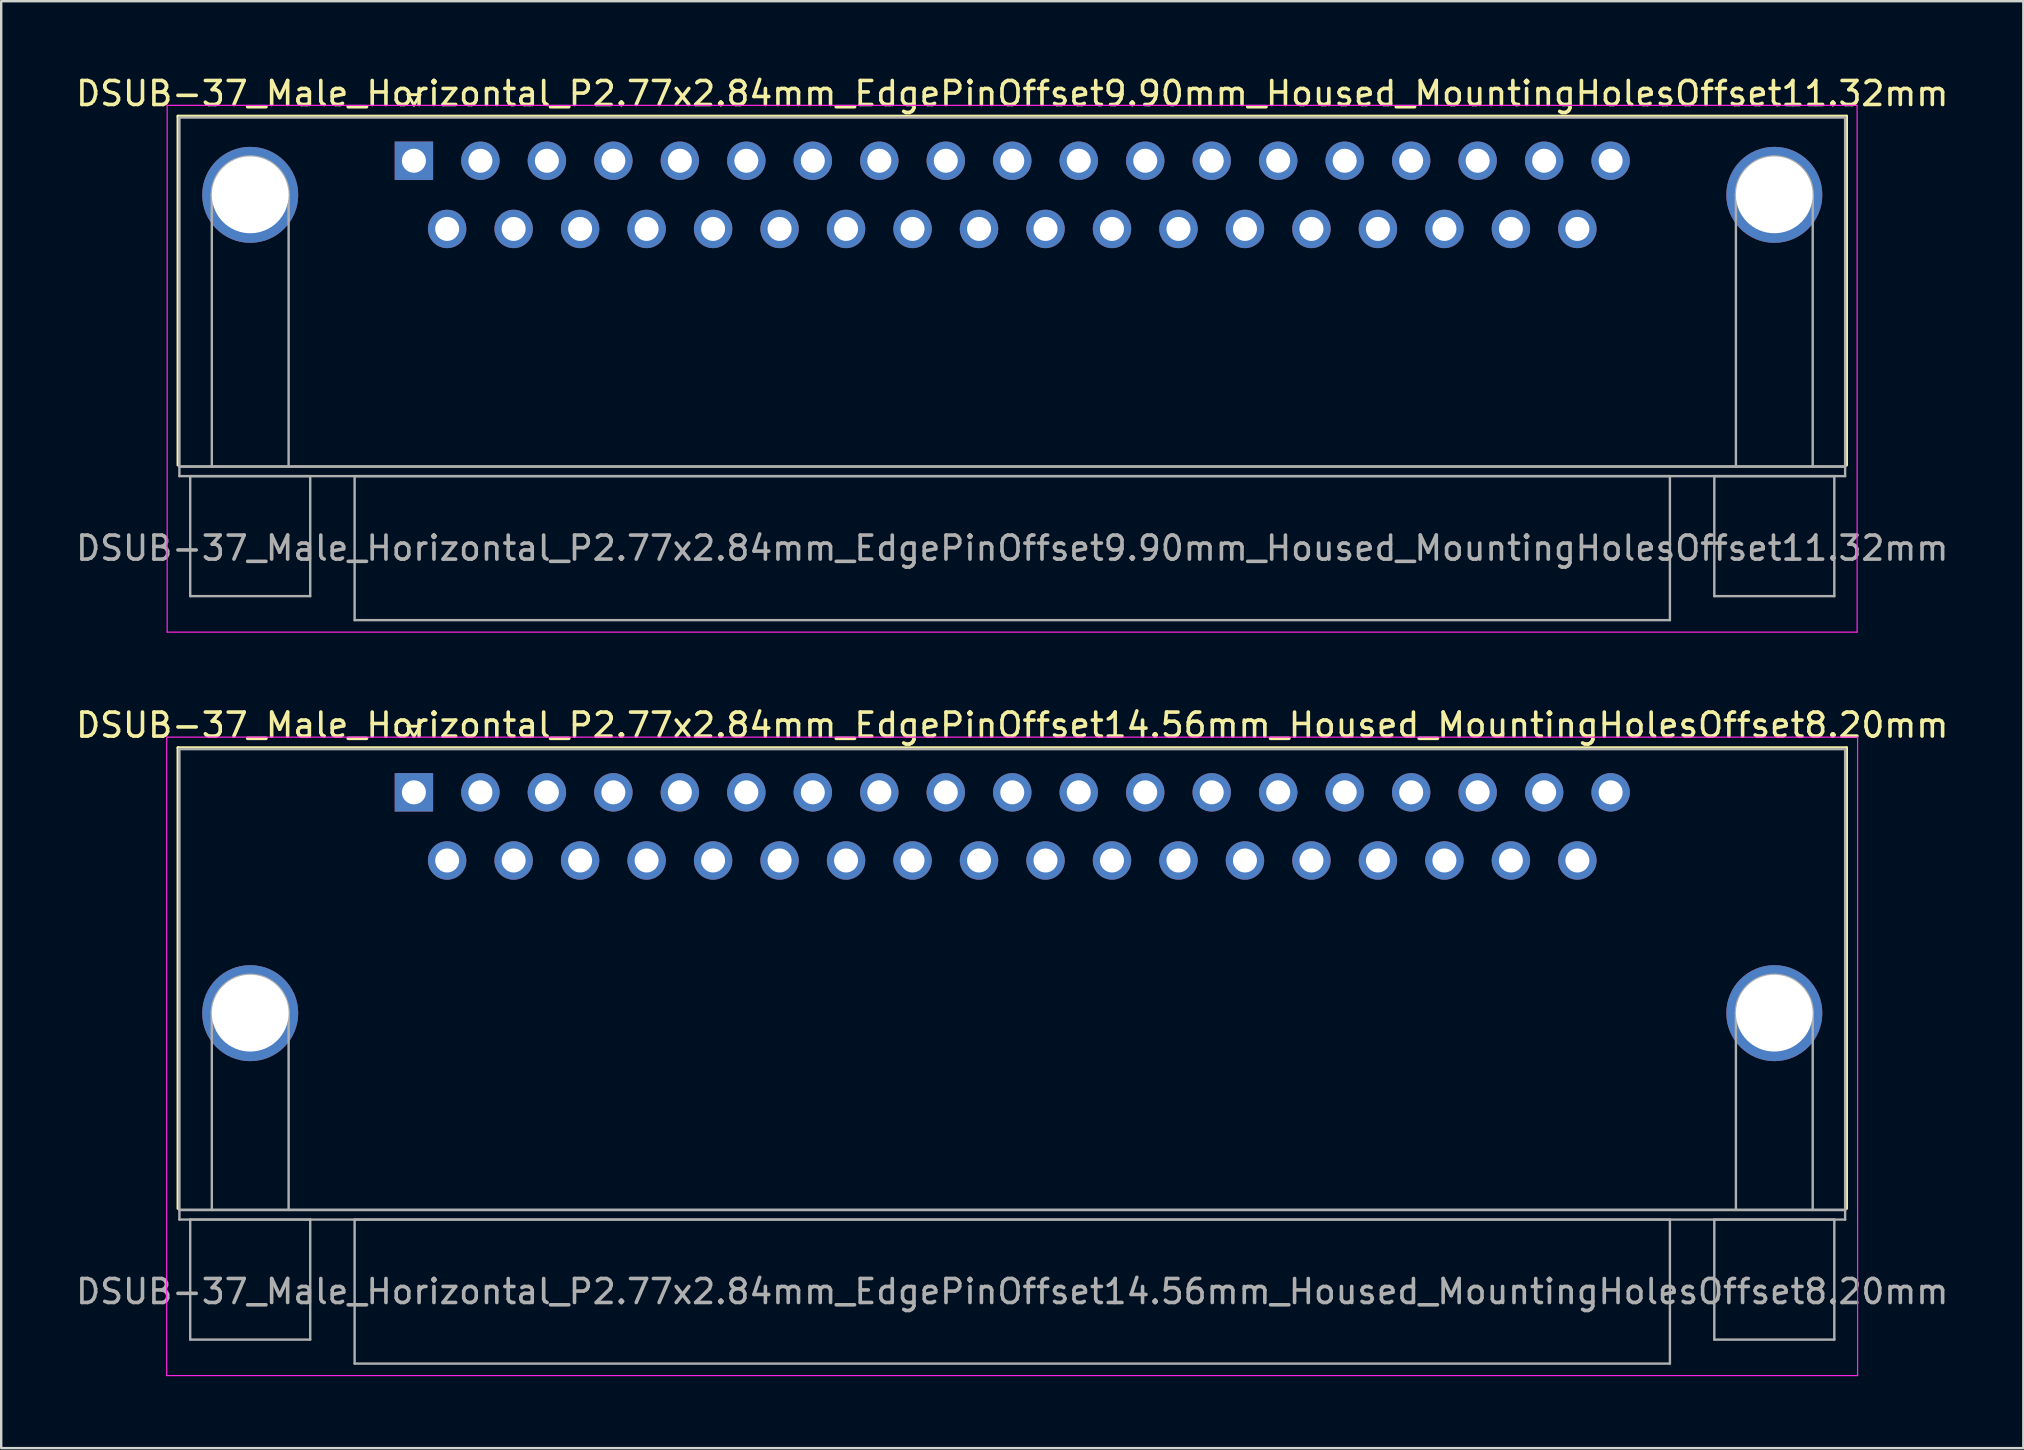
<source format=kicad_pcb>
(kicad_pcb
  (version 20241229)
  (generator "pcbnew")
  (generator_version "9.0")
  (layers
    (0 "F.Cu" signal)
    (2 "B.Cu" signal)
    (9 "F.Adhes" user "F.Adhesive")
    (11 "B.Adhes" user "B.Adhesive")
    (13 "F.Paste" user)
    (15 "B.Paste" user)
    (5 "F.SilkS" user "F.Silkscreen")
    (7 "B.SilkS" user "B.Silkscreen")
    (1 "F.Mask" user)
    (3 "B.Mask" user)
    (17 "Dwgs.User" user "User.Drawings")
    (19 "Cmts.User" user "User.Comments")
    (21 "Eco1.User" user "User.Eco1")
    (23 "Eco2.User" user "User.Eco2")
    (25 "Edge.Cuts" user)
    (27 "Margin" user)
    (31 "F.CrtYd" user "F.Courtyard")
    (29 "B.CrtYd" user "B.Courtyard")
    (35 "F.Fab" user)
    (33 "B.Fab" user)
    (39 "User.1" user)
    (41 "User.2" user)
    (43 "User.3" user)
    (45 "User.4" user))
  (footprint "DSUB-37_Male_Horizontal_P2.77x2.84mm_EdgePinOffset14.56mm_Housed_MountingHolesOffset8.20mm"
    (layer "F.Cu")
    (at 14.195 29.962)
    (property "Reference" "DSUB-37_Male_Horizontal_P2.77x2.84mm_EdgePinOffset14.56mm_Housed_MountingHolesOffset8.20mm" (at 24.93 -2.8 0) (layer "F.SilkS") (effects (font (size 1 1) (thickness 0.15))))
    (attr through_hole)
    (fp_line (start -9.83 -1.86) (end 59.69 -1.86) (stroke (width 0.12) (type solid)) (layer "F.SilkS"))
    (fp_line (start -9.83 17.34) (end -9.83 -1.86) (stroke (width 0.12) (type solid)) (layer "F.SilkS"))
    (fp_line (start -0.25 -2.754) (end 0.25 -2.754) (stroke (width 0.12) (type solid)) (layer "F.SilkS"))
    (fp_line (start 0 -2.321) (end -0.25 -2.754) (stroke (width 0.12) (type solid)) (layer "F.SilkS"))
    (fp_line (start 0.25 -2.754) (end 0 -2.321) (stroke (width 0.12) (type solid)) (layer "F.SilkS"))
    (fp_line (start 59.69 -1.86) (end 59.69 17.34) (stroke (width 0.12) (type solid)) (layer "F.SilkS"))
    (fp_line (start -10.3 -2.3) (end -10.3 24.3) (stroke (width 0.05) (type solid)) (layer "F.CrtYd"))
    (fp_line (start -10.3 24.3) (end 60.15 24.3) (stroke (width 0.05) (type solid)) (layer "F.CrtYd"))
    (fp_line (start 60.15 -2.3) (end -10.3 -2.3) (stroke (width 0.05) (type solid)) (layer "F.CrtYd"))
    (fp_line (start 60.15 24.3) (end 60.15 -2.3) (stroke (width 0.05) (type solid)) (layer "F.CrtYd"))
    (fp_line (start -9.77 -1.8) (end -9.77 17.4) (stroke (width 0.1) (type solid)) (layer "F.Fab"))
    (fp_line (start -9.77 17.4) (end -9.77 17.8) (stroke (width 0.1) (type solid)) (layer "F.Fab"))
    (fp_line (start -9.77 17.4) (end 59.63 17.4) (stroke (width 0.1) (type solid)) (layer "F.Fab"))
    (fp_line (start -9.77 17.8) (end 59.63 17.8) (stroke (width 0.1) (type solid)) (layer "F.Fab"))
    (fp_line (start -9.32 17.8) (end -9.32 22.8) (stroke (width 0.1) (type solid)) (layer "F.Fab"))
    (fp_line (start -9.32 22.8) (end -4.32 22.8) (stroke (width 0.1) (type solid)) (layer "F.Fab"))
    (fp_line (start -8.42 17.4) (end -8.42 9.2) (stroke (width 0.1) (type solid)) (layer "F.Fab"))
    (fp_line (start -5.22 17.4) (end -5.22 9.2) (stroke (width 0.1) (type solid)) (layer "F.Fab"))
    (fp_line (start -4.32 17.8) (end -9.32 17.8) (stroke (width 0.1) (type solid)) (layer "F.Fab"))
    (fp_line (start -4.32 22.8) (end -4.32 17.8) (stroke (width 0.1) (type solid)) (layer "F.Fab"))
    (fp_line (start -2.47 17.8) (end -2.47 23.8) (stroke (width 0.1) (type solid)) (layer "F.Fab"))
    (fp_line (start -2.47 23.8) (end 52.33 23.8) (stroke (width 0.1) (type solid)) (layer "F.Fab"))
    (fp_line (start 52.33 17.8) (end -2.47 17.8) (stroke (width 0.1) (type solid)) (layer "F.Fab"))
    (fp_line (start 52.33 23.8) (end 52.33 17.8) (stroke (width 0.1) (type solid)) (layer "F.Fab"))
    (fp_line (start 54.18 17.8) (end 54.18 22.8) (stroke (width 0.1) (type solid)) (layer "F.Fab"))
    (fp_line (start 54.18 22.8) (end 59.18 22.8) (stroke (width 0.1) (type solid)) (layer "F.Fab"))
    (fp_line (start 55.08 17.4) (end 55.08 9.2) (stroke (width 0.1) (type solid)) (layer "F.Fab"))
    (fp_line (start 58.28 17.4) (end 58.28 9.2) (stroke (width 0.1) (type solid)) (layer "F.Fab"))
    (fp_line (start 59.18 17.8) (end 54.18 17.8) (stroke (width 0.1) (type solid)) (layer "F.Fab"))
    (fp_line (start 59.18 22.8) (end 59.18 17.8) (stroke (width 0.1) (type solid)) (layer "F.Fab"))
    (fp_line (start 59.63 -1.8) (end -9.77 -1.8) (stroke (width 0.1) (type solid)) (layer "F.Fab"))
    (fp_line (start 59.63 17.4) (end -9.77 17.4) (stroke (width 0.1) (type solid)) (layer "F.Fab"))
    (fp_line (start 59.63 17.4) (end 59.63 -1.8) (stroke (width 0.1) (type solid)) (layer "F.Fab"))
    (fp_line (start 59.63 17.8) (end 59.63 17.4) (stroke (width 0.1) (type solid)) (layer "F.Fab"))
    (fp_arc (start -8.42 9.2) (mid -6.82 7.6) (end -5.22 9.2) (stroke (width 0.1) (type solid)) (layer "F.Fab"))
    (fp_arc (start 55.08 9.2) (mid 56.68 7.6) (end 58.28 9.2) (stroke (width 0.1) (type solid)) (layer "F.Fab"))
    (fp_text user "${REFERENCE}" (at 24.93 20.8 0) (layer "F.Fab") (effects (font (size 1 1) (thickness 0.15))))
    (pad "0" thru_hole circle (at -6.82 9.2) (size 4 4) (drill 3.2) (layers "*.Cu" "*.Mask"))
    (pad "0" thru_hole circle (at 56.68 9.2) (size 4 4) (drill 3.2) (layers "*.Cu" "*.Mask"))
    (pad "1" thru_hole rect (at 0 0) (size 1.6 1.6) (drill 1) (layers "*.Cu" "*.Mask"))
    (pad "2" thru_hole circle (at 2.77 0) (size 1.6 1.6) (drill 1) (layers "*.Cu" "*.Mask"))
    (pad "3" thru_hole circle (at 5.54 0) (size 1.6 1.6) (drill 1) (layers "*.Cu" "*.Mask"))
    (pad "4" thru_hole circle (at 8.31 0) (size 1.6 1.6) (drill 1) (layers "*.Cu" "*.Mask"))
    (pad "5" thru_hole circle (at 11.08 0) (size 1.6 1.6) (drill 1) (layers "*.Cu" "*.Mask"))
    (pad "6" thru_hole circle (at 13.85 0) (size 1.6 1.6) (drill 1) (layers "*.Cu" "*.Mask"))
    (pad "7" thru_hole circle (at 16.62 0) (size 1.6 1.6) (drill 1) (layers "*.Cu" "*.Mask"))
    (pad "8" thru_hole circle (at 19.39 0) (size 1.6 1.6) (drill 1) (layers "*.Cu" "*.Mask"))
    (pad "9" thru_hole circle (at 22.16 0) (size 1.6 1.6) (drill 1) (layers "*.Cu" "*.Mask"))
    (pad "10" thru_hole circle (at 24.93 0) (size 1.6 1.6) (drill 1) (layers "*.Cu" "*.Mask"))
    (pad "11" thru_hole circle (at 27.7 0) (size 1.6 1.6) (drill 1) (layers "*.Cu" "*.Mask"))
    (pad "12" thru_hole circle (at 30.47 0) (size 1.6 1.6) (drill 1) (layers "*.Cu" "*.Mask"))
    (pad "13" thru_hole circle (at 33.24 0) (size 1.6 1.6) (drill 1) (layers "*.Cu" "*.Mask"))
    (pad "14" thru_hole circle (at 36.01 0) (size 1.6 1.6) (drill 1) (layers "*.Cu" "*.Mask"))
    (pad "15" thru_hole circle (at 38.78 0) (size 1.6 1.6) (drill 1) (layers "*.Cu" "*.Mask"))
    (pad "16" thru_hole circle (at 41.55 0) (size 1.6 1.6) (drill 1) (layers "*.Cu" "*.Mask"))
    (pad "17" thru_hole circle (at 44.32 0) (size 1.6 1.6) (drill 1) (layers "*.Cu" "*.Mask"))
    (pad "18" thru_hole circle (at 47.09 0) (size 1.6 1.6) (drill 1) (layers "*.Cu" "*.Mask"))
    (pad "19" thru_hole circle (at 49.86 0) (size 1.6 1.6) (drill 1) (layers "*.Cu" "*.Mask"))
    (pad "20" thru_hole circle (at 1.385 2.84) (size 1.6 1.6) (drill 1) (layers "*.Cu" "*.Mask"))
    (pad "21" thru_hole circle (at 4.155 2.84) (size 1.6 1.6) (drill 1) (layers "*.Cu" "*.Mask"))
    (pad "22" thru_hole circle (at 6.925 2.84) (size 1.6 1.6) (drill 1) (layers "*.Cu" "*.Mask"))
    (pad "23" thru_hole circle (at 9.695 2.84) (size 1.6 1.6) (drill 1) (layers "*.Cu" "*.Mask"))
    (pad "24" thru_hole circle (at 12.465 2.84) (size 1.6 1.6) (drill 1) (layers "*.Cu" "*.Mask"))
    (pad "25" thru_hole circle (at 15.235 2.84) (size 1.6 1.6) (drill 1) (layers "*.Cu" "*.Mask"))
    (pad "26" thru_hole circle (at 18.005 2.84) (size 1.6 1.6) (drill 1) (layers "*.Cu" "*.Mask"))
    (pad "27" thru_hole circle (at 20.775 2.84) (size 1.6 1.6) (drill 1) (layers "*.Cu" "*.Mask"))
    (pad "28" thru_hole circle (at 23.545 2.84) (size 1.6 1.6) (drill 1) (layers "*.Cu" "*.Mask"))
    (pad "29" thru_hole circle (at 26.315 2.84) (size 1.6 1.6) (drill 1) (layers "*.Cu" "*.Mask"))
    (pad "30" thru_hole circle (at 29.085 2.84) (size 1.6 1.6) (drill 1) (layers "*.Cu" "*.Mask"))
    (pad "31" thru_hole circle (at 31.855 2.84) (size 1.6 1.6) (drill 1) (layers "*.Cu" "*.Mask"))
    (pad "32" thru_hole circle (at 34.625 2.84) (size 1.6 1.6) (drill 1) (layers "*.Cu" "*.Mask"))
    (pad "33" thru_hole circle (at 37.395 2.84) (size 1.6 1.6) (drill 1) (layers "*.Cu" "*.Mask"))
    (pad "34" thru_hole circle (at 40.165 2.84) (size 1.6 1.6) (drill 1) (layers "*.Cu" "*.Mask"))
    (pad "35" thru_hole circle (at 42.935 2.84) (size 1.6 1.6) (drill 1) (layers "*.Cu" "*.Mask"))
    (pad "36" thru_hole circle (at 45.705 2.84) (size 1.6 1.6) (drill 1) (layers "*.Cu" "*.Mask"))
    (pad "37" thru_hole circle (at 48.475 2.84) (size 1.6 1.6) (drill 1) (layers "*.Cu" "*.Mask")))
  (footprint "DSUB-37_Male_Horizontal_P2.77x2.84mm_EdgePinOffset9.90mm_Housed_MountingHolesOffset11.32mm"
    (layer "F.Cu")
    (at 14.195 3.648)
    (property "Reference" "DSUB-37_Male_Horizontal_P2.77x2.84mm_EdgePinOffset9.90mm_Housed_MountingHolesOffset11.32mm" (at 24.93 -2.8 0) (layer "F.SilkS") (effects (font (size 1 1) (thickness 0.15))))
    (attr through_hole)
    (fp_line (start -9.83 -1.86) (end 59.69 -1.86) (stroke (width 0.12) (type solid)) (layer "F.SilkS"))
    (fp_line (start -9.83 12.68) (end -9.83 -1.86) (stroke (width 0.12) (type solid)) (layer "F.SilkS"))
    (fp_line (start -0.25 -2.754) (end 0.25 -2.754) (stroke (width 0.12) (type solid)) (layer "F.SilkS"))
    (fp_line (start 0 -2.321) (end -0.25 -2.754) (stroke (width 0.12) (type solid)) (layer "F.SilkS"))
    (fp_line (start 0.25 -2.754) (end 0 -2.321) (stroke (width 0.12) (type solid)) (layer "F.SilkS"))
    (fp_line (start 59.69 -1.86) (end 59.69 12.68) (stroke (width 0.12) (type solid)) (layer "F.SilkS"))
    (fp_line (start -10.28 -2.31) (end -10.28 19.64) (stroke (width 0.05) (type solid)) (layer "F.CrtYd"))
    (fp_line (start -10.28 19.64) (end 60.13 19.64) (stroke (width 0.05) (type solid)) (layer "F.CrtYd"))
    (fp_line (start 60.13 -2.31) (end -10.28 -2.31) (stroke (width 0.05) (type solid)) (layer "F.CrtYd"))
    (fp_line (start 60.13 19.64) (end 60.13 -2.31) (stroke (width 0.05) (type solid)) (layer "F.CrtYd"))
    (fp_line (start -9.77 -1.8) (end -9.77 12.74) (stroke (width 0.1) (type solid)) (layer "F.Fab"))
    (fp_line (start -9.77 12.74) (end -9.77 13.14) (stroke (width 0.1) (type solid)) (layer "F.Fab"))
    (fp_line (start -9.77 12.74) (end 59.63 12.74) (stroke (width 0.1) (type solid)) (layer "F.Fab"))
    (fp_line (start -9.77 13.14) (end 59.63 13.14) (stroke (width 0.1) (type solid)) (layer "F.Fab"))
    (fp_line (start -9.32 13.14) (end -9.32 18.14) (stroke (width 0.1) (type solid)) (layer "F.Fab"))
    (fp_line (start -9.32 18.14) (end -4.32 18.14) (stroke (width 0.1) (type solid)) (layer "F.Fab"))
    (fp_line (start -8.42 12.74) (end -8.42 1.42) (stroke (width 0.1) (type solid)) (layer "F.Fab"))
    (fp_line (start -5.22 12.74) (end -5.22 1.42) (stroke (width 0.1) (type solid)) (layer "F.Fab"))
    (fp_line (start -4.32 13.14) (end -9.32 13.14) (stroke (width 0.1) (type solid)) (layer "F.Fab"))
    (fp_line (start -4.32 18.14) (end -4.32 13.14) (stroke (width 0.1) (type solid)) (layer "F.Fab"))
    (fp_line (start -2.47 13.14) (end -2.47 19.14) (stroke (width 0.1) (type solid)) (layer "F.Fab"))
    (fp_line (start -2.47 19.14) (end 52.33 19.14) (stroke (width 0.1) (type solid)) (layer "F.Fab"))
    (fp_line (start 52.33 13.14) (end -2.47 13.14) (stroke (width 0.1) (type solid)) (layer "F.Fab"))
    (fp_line (start 52.33 19.14) (end 52.33 13.14) (stroke (width 0.1) (type solid)) (layer "F.Fab"))
    (fp_line (start 54.18 13.14) (end 54.18 18.14) (stroke (width 0.1) (type solid)) (layer "F.Fab"))
    (fp_line (start 54.18 18.14) (end 59.18 18.14) (stroke (width 0.1) (type solid)) (layer "F.Fab"))
    (fp_line (start 55.08 12.74) (end 55.08 1.42) (stroke (width 0.1) (type solid)) (layer "F.Fab"))
    (fp_line (start 58.28 12.74) (end 58.28 1.42) (stroke (width 0.1) (type solid)) (layer "F.Fab"))
    (fp_line (start 59.18 13.14) (end 54.18 13.14) (stroke (width 0.1) (type solid)) (layer "F.Fab"))
    (fp_line (start 59.18 18.14) (end 59.18 13.14) (stroke (width 0.1) (type solid)) (layer "F.Fab"))
    (fp_line (start 59.63 -1.8) (end -9.77 -1.8) (stroke (width 0.1) (type solid)) (layer "F.Fab"))
    (fp_line (start 59.63 12.74) (end -9.77 12.74) (stroke (width 0.1) (type solid)) (layer "F.Fab"))
    (fp_line (start 59.63 12.74) (end 59.63 -1.8) (stroke (width 0.1) (type solid)) (layer "F.Fab"))
    (fp_line (start 59.63 13.14) (end 59.63 12.74) (stroke (width 0.1) (type solid)) (layer "F.Fab"))
    (fp_arc (start -8.42 1.42) (mid -6.82 -0.18) (end -5.22 1.42) (stroke (width 0.1) (type solid)) (layer "F.Fab"))
    (fp_arc (start 55.08 1.42) (mid 56.68 -0.18) (end 58.28 1.42) (stroke (width 0.1) (type solid)) (layer "F.Fab"))
    (fp_text user "${REFERENCE}" (at 24.93 16.14 0) (layer "F.Fab") (effects (font (size 1 1) (thickness 0.15))))
    (pad "0" thru_hole circle (at -6.82 1.42) (size 4 4) (drill 3.2) (layers "*.Cu" "*.Mask"))
    (pad "0" thru_hole circle (at 56.68 1.42) (size 4 4) (drill 3.2) (layers "*.Cu" "*.Mask"))
    (pad "1" thru_hole rect (at 0 0) (size 1.6 1.6) (drill 1) (layers "*.Cu" "*.Mask"))
    (pad "2" thru_hole circle (at 2.77 0) (size 1.6 1.6) (drill 1) (layers "*.Cu" "*.Mask"))
    (pad "3" thru_hole circle (at 5.54 0) (size 1.6 1.6) (drill 1) (layers "*.Cu" "*.Mask"))
    (pad "4" thru_hole circle (at 8.31 0) (size 1.6 1.6) (drill 1) (layers "*.Cu" "*.Mask"))
    (pad "5" thru_hole circle (at 11.08 0) (size 1.6 1.6) (drill 1) (layers "*.Cu" "*.Mask"))
    (pad "6" thru_hole circle (at 13.85 0) (size 1.6 1.6) (drill 1) (layers "*.Cu" "*.Mask"))
    (pad "7" thru_hole circle (at 16.62 0) (size 1.6 1.6) (drill 1) (layers "*.Cu" "*.Mask"))
    (pad "8" thru_hole circle (at 19.39 0) (size 1.6 1.6) (drill 1) (layers "*.Cu" "*.Mask"))
    (pad "9" thru_hole circle (at 22.16 0) (size 1.6 1.6) (drill 1) (layers "*.Cu" "*.Mask"))
    (pad "10" thru_hole circle (at 24.93 0) (size 1.6 1.6) (drill 1) (layers "*.Cu" "*.Mask"))
    (pad "11" thru_hole circle (at 27.7 0) (size 1.6 1.6) (drill 1) (layers "*.Cu" "*.Mask"))
    (pad "12" thru_hole circle (at 30.47 0) (size 1.6 1.6) (drill 1) (layers "*.Cu" "*.Mask"))
    (pad "13" thru_hole circle (at 33.24 0) (size 1.6 1.6) (drill 1) (layers "*.Cu" "*.Mask"))
    (pad "14" thru_hole circle (at 36.01 0) (size 1.6 1.6) (drill 1) (layers "*.Cu" "*.Mask"))
    (pad "15" thru_hole circle (at 38.78 0) (size 1.6 1.6) (drill 1) (layers "*.Cu" "*.Mask"))
    (pad "16" thru_hole circle (at 41.55 0) (size 1.6 1.6) (drill 1) (layers "*.Cu" "*.Mask"))
    (pad "17" thru_hole circle (at 44.32 0) (size 1.6 1.6) (drill 1) (layers "*.Cu" "*.Mask"))
    (pad "18" thru_hole circle (at 47.09 0) (size 1.6 1.6) (drill 1) (layers "*.Cu" "*.Mask"))
    (pad "19" thru_hole circle (at 49.86 0) (size 1.6 1.6) (drill 1) (layers "*.Cu" "*.Mask"))
    (pad "20" thru_hole circle (at 1.385 2.84) (size 1.6 1.6) (drill 1) (layers "*.Cu" "*.Mask"))
    (pad "21" thru_hole circle (at 4.155 2.84) (size 1.6 1.6) (drill 1) (layers "*.Cu" "*.Mask"))
    (pad "22" thru_hole circle (at 6.925 2.84) (size 1.6 1.6) (drill 1) (layers "*.Cu" "*.Mask"))
    (pad "23" thru_hole circle (at 9.695 2.84) (size 1.6 1.6) (drill 1) (layers "*.Cu" "*.Mask"))
    (pad "24" thru_hole circle (at 12.465 2.84) (size 1.6 1.6) (drill 1) (layers "*.Cu" "*.Mask"))
    (pad "25" thru_hole circle (at 15.235 2.84) (size 1.6 1.6) (drill 1) (layers "*.Cu" "*.Mask"))
    (pad "26" thru_hole circle (at 18.005 2.84) (size 1.6 1.6) (drill 1) (layers "*.Cu" "*.Mask"))
    (pad "27" thru_hole circle (at 20.775 2.84) (size 1.6 1.6) (drill 1) (layers "*.Cu" "*.Mask"))
    (pad "28" thru_hole circle (at 23.545 2.84) (size 1.6 1.6) (drill 1) (layers "*.Cu" "*.Mask"))
    (pad "29" thru_hole circle (at 26.315 2.84) (size 1.6 1.6) (drill 1) (layers "*.Cu" "*.Mask"))
    (pad "30" thru_hole circle (at 29.085 2.84) (size 1.6 1.6) (drill 1) (layers "*.Cu" "*.Mask"))
    (pad "31" thru_hole circle (at 31.855 2.84) (size 1.6 1.6) (drill 1) (layers "*.Cu" "*.Mask"))
    (pad "32" thru_hole circle (at 34.625 2.84) (size 1.6 1.6) (drill 1) (layers "*.Cu" "*.Mask"))
    (pad "33" thru_hole circle (at 37.395 2.84) (size 1.6 1.6) (drill 1) (layers "*.Cu" "*.Mask"))
    (pad "34" thru_hole circle (at 40.165 2.84) (size 1.6 1.6) (drill 1) (layers "*.Cu" "*.Mask"))
    (pad "35" thru_hole circle (at 42.935 2.84) (size 1.6 1.6) (drill 1) (layers "*.Cu" "*.Mask"))
    (pad "36" thru_hole circle (at 45.705 2.84) (size 1.6 1.6) (drill 1) (layers "*.Cu" "*.Mask"))
    (pad "37" thru_hole circle (at 48.475 2.84) (size 1.6 1.6) (drill 1) (layers "*.Cu" "*.Mask")))
  (gr_rect
    (start -3 -3)
    (end 81.25 57.286)
    (stroke (width 0.1) (type default))
    (fill no)
    (layer "Edge.Cuts")))
</source>
